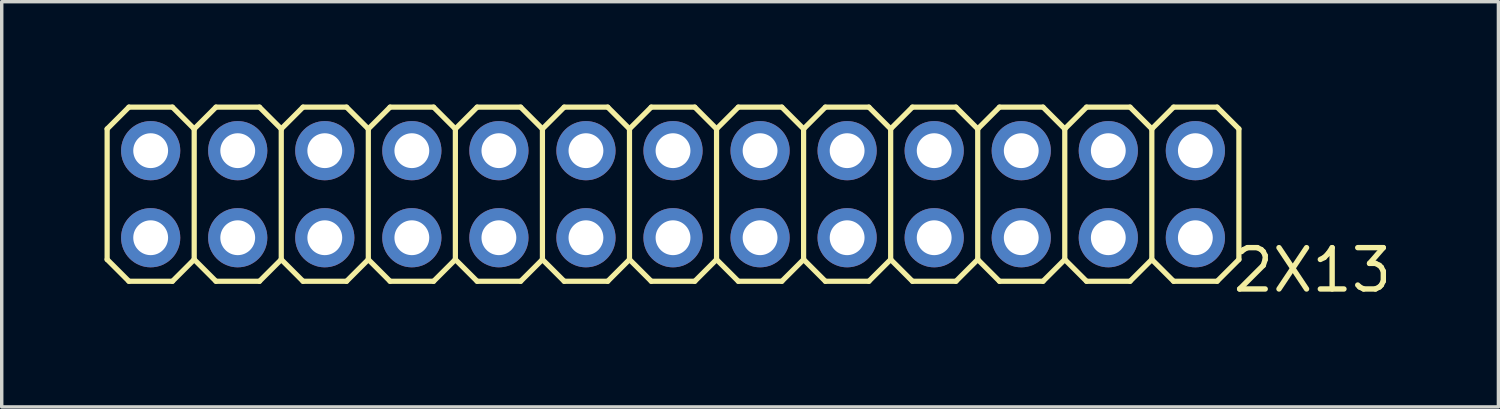
<source format=kicad_pcb>
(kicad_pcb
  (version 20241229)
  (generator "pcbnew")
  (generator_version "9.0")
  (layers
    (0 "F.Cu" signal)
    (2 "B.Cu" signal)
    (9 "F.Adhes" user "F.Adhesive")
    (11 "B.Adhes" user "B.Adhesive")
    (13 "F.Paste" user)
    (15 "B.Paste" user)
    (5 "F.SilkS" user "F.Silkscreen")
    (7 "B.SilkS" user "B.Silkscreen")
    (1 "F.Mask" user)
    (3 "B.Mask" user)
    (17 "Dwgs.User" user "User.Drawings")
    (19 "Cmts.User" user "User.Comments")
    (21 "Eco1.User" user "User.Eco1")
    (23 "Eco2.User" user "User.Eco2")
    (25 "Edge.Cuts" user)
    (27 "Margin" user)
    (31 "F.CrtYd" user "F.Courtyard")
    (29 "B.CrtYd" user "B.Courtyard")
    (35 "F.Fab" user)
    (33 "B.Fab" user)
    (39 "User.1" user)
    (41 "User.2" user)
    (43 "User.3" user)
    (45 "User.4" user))
  (footprint "2X13"
    (layer "F.Cu")
    (at 16.586 2.616)
    (property "Reference" "2X13" (at 16.256 2.921 0) (layer "F.SilkS") (effects (font (size 1.206 1.206) (thickness 0.157)) (justify left bottom)))
    (attr through_hole)
    (fp_line (start -16.51 -1.905) (end -15.875 -2.54) (stroke (width 0.152) (type solid)) (layer "F.SilkS"))
    (fp_line (start -16.51 1.905) (end -16.51 -1.905) (stroke (width 0.152) (type solid)) (layer "F.SilkS"))
    (fp_line (start -16.51 1.905) (end -15.875 2.54) (stroke (width 0.152) (type solid)) (layer "F.SilkS"))
    (fp_line (start -15.875 -2.54) (end -14.605 -2.54) (stroke (width 0.152) (type solid)) (layer "F.SilkS"))
    (fp_line (start -15.875 2.54) (end -14.605 2.54) (stroke (width 0.152) (type solid)) (layer "F.SilkS"))
    (fp_line (start -14.605 -2.54) (end -13.97 -1.905) (stroke (width 0.152) (type solid)) (layer "F.SilkS"))
    (fp_line (start -14.605 2.54) (end -13.97 1.905) (stroke (width 0.152) (type solid)) (layer "F.SilkS"))
    (fp_line (start -13.97 -1.905) (end -13.97 1.905) (stroke (width 0.152) (type solid)) (layer "F.SilkS"))
    (fp_line (start -13.97 -1.905) (end -13.335 -2.54) (stroke (width 0.152) (type solid)) (layer "F.SilkS"))
    (fp_line (start -13.97 1.905) (end -13.335 2.54) (stroke (width 0.152) (type solid)) (layer "F.SilkS"))
    (fp_line (start -13.335 -2.54) (end -12.065 -2.54) (stroke (width 0.152) (type solid)) (layer "F.SilkS"))
    (fp_line (start -13.335 2.54) (end -12.065 2.54) (stroke (width 0.152) (type solid)) (layer "F.SilkS"))
    (fp_line (start -12.065 -2.54) (end -11.43 -1.905) (stroke (width 0.152) (type solid)) (layer "F.SilkS"))
    (fp_line (start -12.065 2.54) (end -11.43 1.905) (stroke (width 0.152) (type solid)) (layer "F.SilkS"))
    (fp_line (start -11.43 -1.905) (end -11.43 1.905) (stroke (width 0.152) (type solid)) (layer "F.SilkS"))
    (fp_line (start -11.43 -1.905) (end -10.795 -2.54) (stroke (width 0.152) (type solid)) (layer "F.SilkS"))
    (fp_line (start -11.43 1.905) (end -10.795 2.54) (stroke (width 0.152) (type solid)) (layer "F.SilkS"))
    (fp_line (start -10.795 -2.54) (end -9.525 -2.54) (stroke (width 0.152) (type solid)) (layer "F.SilkS"))
    (fp_line (start -10.795 2.54) (end -9.525 2.54) (stroke (width 0.152) (type solid)) (layer "F.SilkS"))
    (fp_line (start -9.525 -2.54) (end -8.89 -1.905) (stroke (width 0.152) (type solid)) (layer "F.SilkS"))
    (fp_line (start -9.525 2.54) (end -8.89 1.905) (stroke (width 0.152) (type solid)) (layer "F.SilkS"))
    (fp_line (start -8.89 -1.905) (end -8.89 1.905) (stroke (width 0.152) (type solid)) (layer "F.SilkS"))
    (fp_line (start -8.89 -1.905) (end -8.255 -2.54) (stroke (width 0.152) (type solid)) (layer "F.SilkS"))
    (fp_line (start -8.89 1.905) (end -8.255 2.54) (stroke (width 0.152) (type solid)) (layer "F.SilkS"))
    (fp_line (start -8.255 -2.54) (end -6.985 -2.54) (stroke (width 0.152) (type solid)) (layer "F.SilkS"))
    (fp_line (start -8.255 2.54) (end -6.985 2.54) (stroke (width 0.152) (type solid)) (layer "F.SilkS"))
    (fp_line (start -6.985 -2.54) (end -6.35 -1.905) (stroke (width 0.152) (type solid)) (layer "F.SilkS"))
    (fp_line (start -6.985 2.54) (end -6.35 1.905) (stroke (width 0.152) (type solid)) (layer "F.SilkS"))
    (fp_line (start -6.35 -1.905) (end -6.35 1.905) (stroke (width 0.152) (type solid)) (layer "F.SilkS"))
    (fp_line (start -6.35 -1.905) (end -5.715 -2.54) (stroke (width 0.152) (type solid)) (layer "F.SilkS"))
    (fp_line (start -6.35 1.905) (end -5.715 2.54) (stroke (width 0.152) (type solid)) (layer "F.SilkS"))
    (fp_line (start -5.715 -2.54) (end -4.445 -2.54) (stroke (width 0.152) (type solid)) (layer "F.SilkS"))
    (fp_line (start -5.715 2.54) (end -4.445 2.54) (stroke (width 0.152) (type solid)) (layer "F.SilkS"))
    (fp_line (start -4.445 -2.54) (end -3.81 -1.905) (stroke (width 0.152) (type solid)) (layer "F.SilkS"))
    (fp_line (start -4.445 2.54) (end -3.81 1.905) (stroke (width 0.152) (type solid)) (layer "F.SilkS"))
    (fp_line (start -3.81 -1.905) (end -3.81 1.905) (stroke (width 0.152) (type solid)) (layer "F.SilkS"))
    (fp_line (start -3.81 -1.905) (end -3.175 -2.54) (stroke (width 0.152) (type solid)) (layer "F.SilkS"))
    (fp_line (start -3.81 1.905) (end -3.175 2.54) (stroke (width 0.152) (type solid)) (layer "F.SilkS"))
    (fp_line (start -3.175 -2.54) (end -1.905 -2.54) (stroke (width 0.152) (type solid)) (layer "F.SilkS"))
    (fp_line (start -3.175 2.54) (end -1.905 2.54) (stroke (width 0.152) (type solid)) (layer "F.SilkS"))
    (fp_line (start -1.905 -2.54) (end -1.27 -1.905) (stroke (width 0.152) (type solid)) (layer "F.SilkS"))
    (fp_line (start -1.905 2.54) (end -1.27 1.905) (stroke (width 0.152) (type solid)) (layer "F.SilkS"))
    (fp_line (start -1.27 -1.905) (end -1.27 1.905) (stroke (width 0.152) (type solid)) (layer "F.SilkS"))
    (fp_line (start -1.27 -1.905) (end -0.635 -2.54) (stroke (width 0.152) (type solid)) (layer "F.SilkS"))
    (fp_line (start -1.27 1.905) (end -0.635 2.54) (stroke (width 0.152) (type solid)) (layer "F.SilkS"))
    (fp_line (start -0.635 -2.54) (end 0.635 -2.54) (stroke (width 0.152) (type solid)) (layer "F.SilkS"))
    (fp_line (start 0.635 -2.54) (end 1.27 -1.905) (stroke (width 0.152) (type solid)) (layer "F.SilkS"))
    (fp_line (start 0.635 2.54) (end -0.635 2.54) (stroke (width 0.152) (type solid)) (layer "F.SilkS"))
    (fp_line (start 1.27 -1.905) (end 1.27 1.905) (stroke (width 0.152) (type solid)) (layer "F.SilkS"))
    (fp_line (start 1.27 -1.905) (end 1.905 -2.54) (stroke (width 0.152) (type solid)) (layer "F.SilkS"))
    (fp_line (start 1.27 1.905) (end 0.635 2.54) (stroke (width 0.152) (type solid)) (layer "F.SilkS"))
    (fp_line (start 1.27 1.905) (end 1.905 2.54) (stroke (width 0.152) (type solid)) (layer "F.SilkS"))
    (fp_line (start 1.905 -2.54) (end 3.175 -2.54) (stroke (width 0.152) (type solid)) (layer "F.SilkS"))
    (fp_line (start 3.175 -2.54) (end 3.81 -1.905) (stroke (width 0.152) (type solid)) (layer "F.SilkS"))
    (fp_line (start 3.175 2.54) (end 1.905 2.54) (stroke (width 0.152) (type solid)) (layer "F.SilkS"))
    (fp_line (start 3.81 -1.905) (end 3.81 1.905) (stroke (width 0.152) (type solid)) (layer "F.SilkS"))
    (fp_line (start 3.81 -1.905) (end 4.445 -2.54) (stroke (width 0.152) (type solid)) (layer "F.SilkS"))
    (fp_line (start 3.81 1.905) (end 3.175 2.54) (stroke (width 0.152) (type solid)) (layer "F.SilkS"))
    (fp_line (start 3.81 1.905) (end 4.445 2.54) (stroke (width 0.152) (type solid)) (layer "F.SilkS"))
    (fp_line (start 4.445 -2.54) (end 5.715 -2.54) (stroke (width 0.152) (type solid)) (layer "F.SilkS"))
    (fp_line (start 5.715 -2.54) (end 6.35 -1.905) (stroke (width 0.152) (type solid)) (layer "F.SilkS"))
    (fp_line (start 5.715 2.54) (end 4.445 2.54) (stroke (width 0.152) (type solid)) (layer "F.SilkS"))
    (fp_line (start 6.35 -1.905) (end 6.35 1.905) (stroke (width 0.152) (type solid)) (layer "F.SilkS"))
    (fp_line (start 6.35 -1.905) (end 6.985 -2.54) (stroke (width 0.152) (type solid)) (layer "F.SilkS"))
    (fp_line (start 6.35 1.905) (end 5.715 2.54) (stroke (width 0.152) (type solid)) (layer "F.SilkS"))
    (fp_line (start 6.35 1.905) (end 6.985 2.54) (stroke (width 0.152) (type solid)) (layer "F.SilkS"))
    (fp_line (start 6.985 -2.54) (end 8.255 -2.54) (stroke (width 0.152) (type solid)) (layer "F.SilkS"))
    (fp_line (start 8.255 -2.54) (end 8.89 -1.905) (stroke (width 0.152) (type solid)) (layer "F.SilkS"))
    (fp_line (start 8.255 2.54) (end 6.985 2.54) (stroke (width 0.152) (type solid)) (layer "F.SilkS"))
    (fp_line (start 8.89 -1.905) (end 8.89 1.905) (stroke (width 0.152) (type solid)) (layer "F.SilkS"))
    (fp_line (start 8.89 -1.905) (end 9.525 -2.54) (stroke (width 0.152) (type solid)) (layer "F.SilkS"))
    (fp_line (start 8.89 1.905) (end 8.255 2.54) (stroke (width 0.152) (type solid)) (layer "F.SilkS"))
    (fp_line (start 8.89 1.905) (end 9.525 2.54) (stroke (width 0.152) (type solid)) (layer "F.SilkS"))
    (fp_line (start 9.525 -2.54) (end 10.795 -2.54) (stroke (width 0.152) (type solid)) (layer "F.SilkS"))
    (fp_line (start 10.795 -2.54) (end 11.43 -1.905) (stroke (width 0.152) (type solid)) (layer "F.SilkS"))
    (fp_line (start 10.795 2.54) (end 9.525 2.54) (stroke (width 0.152) (type solid)) (layer "F.SilkS"))
    (fp_line (start 11.43 -1.905) (end 11.43 1.905) (stroke (width 0.152) (type solid)) (layer "F.SilkS"))
    (fp_line (start 11.43 -1.905) (end 12.065 -2.54) (stroke (width 0.152) (type solid)) (layer "F.SilkS"))
    (fp_line (start 11.43 1.905) (end 10.795 2.54) (stroke (width 0.152) (type solid)) (layer "F.SilkS"))
    (fp_line (start 11.43 1.905) (end 12.065 2.54) (stroke (width 0.152) (type solid)) (layer "F.SilkS"))
    (fp_line (start 12.065 -2.54) (end 13.335 -2.54) (stroke (width 0.152) (type solid)) (layer "F.SilkS"))
    (fp_line (start 13.335 2.54) (end 12.065 2.54) (stroke (width 0.152) (type solid)) (layer "F.SilkS"))
    (fp_line (start 13.97 -1.905) (end 13.335 -2.54) (stroke (width 0.152) (type solid)) (layer "F.SilkS"))
    (fp_line (start 13.97 -1.905) (end 13.97 1.905) (stroke (width 0.152) (type solid)) (layer "F.SilkS"))
    (fp_line (start 13.97 -1.905) (end 14.605 -2.54) (stroke (width 0.152) (type solid)) (layer "F.SilkS"))
    (fp_line (start 13.97 1.905) (end 13.335 2.54) (stroke (width 0.152) (type solid)) (layer "F.SilkS"))
    (fp_line (start 13.97 1.905) (end 14.605 2.54) (stroke (width 0.152) (type solid)) (layer "F.SilkS"))
    (fp_line (start 14.605 -2.54) (end 15.875 -2.54) (stroke (width 0.152) (type solid)) (layer "F.SilkS"))
    (fp_line (start 15.875 2.54) (end 14.605 2.54) (stroke (width 0.152) (type solid)) (layer "F.SilkS"))
    (fp_line (start 16.51 -1.905) (end 15.875 -2.54) (stroke (width 0.152) (type solid)) (layer "F.SilkS"))
    (fp_line (start 16.51 -1.905) (end 16.51 1.905) (stroke (width 0.152) (type solid)) (layer "F.SilkS"))
    (fp_line (start 16.51 1.905) (end 15.875 2.54) (stroke (width 0.152) (type solid)) (layer "F.SilkS"))
    (fp_poly (pts (xy -15.494 -1.016) (xy -14.986 -1.016) (xy -14.986 -1.524) (xy -15.494 -1.524)) (stroke (width 0) (type solid)) (fill yes) (layer "F.SilkS"))
    (fp_poly (pts (xy -15.494 1.524) (xy -14.986 1.524) (xy -14.986 1.016) (xy -15.494 1.016)) (stroke (width 0) (type solid)) (fill yes) (layer "F.SilkS"))
    (fp_poly (pts (xy -12.954 -1.016) (xy -12.446 -1.016) (xy -12.446 -1.524) (xy -12.954 -1.524)) (stroke (width 0) (type solid)) (fill yes) (layer "F.SilkS"))
    (fp_poly (pts (xy -12.954 1.524) (xy -12.446 1.524) (xy -12.446 1.016) (xy -12.954 1.016)) (stroke (width 0) (type solid)) (fill yes) (layer "F.SilkS"))
    (fp_poly (pts (xy -10.414 -1.016) (xy -9.906 -1.016) (xy -9.906 -1.524) (xy -10.414 -1.524)) (stroke (width 0) (type solid)) (fill yes) (layer "F.SilkS"))
    (fp_poly (pts (xy -10.414 1.524) (xy -9.906 1.524) (xy -9.906 1.016) (xy -10.414 1.016)) (stroke (width 0) (type solid)) (fill yes) (layer "F.SilkS"))
    (fp_poly (pts (xy -7.874 -1.016) (xy -7.366 -1.016) (xy -7.366 -1.524) (xy -7.874 -1.524)) (stroke (width 0) (type solid)) (fill yes) (layer "F.SilkS"))
    (fp_poly (pts (xy -7.874 1.524) (xy -7.366 1.524) (xy -7.366 1.016) (xy -7.874 1.016)) (stroke (width 0) (type solid)) (fill yes) (layer "F.SilkS"))
    (fp_poly (pts (xy -5.334 -1.016) (xy -4.826 -1.016) (xy -4.826 -1.524) (xy -5.334 -1.524)) (stroke (width 0) (type solid)) (fill yes) (layer "F.SilkS"))
    (fp_poly (pts (xy -5.334 1.524) (xy -4.826 1.524) (xy -4.826 1.016) (xy -5.334 1.016)) (stroke (width 0) (type solid)) (fill yes) (layer "F.SilkS"))
    (fp_poly (pts (xy -2.794 -1.016) (xy -2.286 -1.016) (xy -2.286 -1.524) (xy -2.794 -1.524)) (stroke (width 0) (type solid)) (fill yes) (layer "F.SilkS"))
    (fp_poly (pts (xy -2.794 1.524) (xy -2.286 1.524) (xy -2.286 1.016) (xy -2.794 1.016)) (stroke (width 0) (type solid)) (fill yes) (layer "F.SilkS"))
    (fp_poly (pts (xy -0.254 -1.016) (xy 0.254 -1.016) (xy 0.254 -1.524) (xy -0.254 -1.524)) (stroke (width 0) (type solid)) (fill yes) (layer "F.SilkS"))
    (fp_poly (pts (xy -0.254 1.524) (xy 0.254 1.524) (xy 0.254 1.016) (xy -0.254 1.016)) (stroke (width 0) (type solid)) (fill yes) (layer "F.SilkS"))
    (fp_poly (pts (xy 2.286 -1.016) (xy 2.794 -1.016) (xy 2.794 -1.524) (xy 2.286 -1.524)) (stroke (width 0) (type solid)) (fill yes) (layer "F.SilkS"))
    (fp_poly (pts (xy 2.286 1.524) (xy 2.794 1.524) (xy 2.794 1.016) (xy 2.286 1.016)) (stroke (width 0) (type solid)) (fill yes) (layer "F.SilkS"))
    (fp_poly (pts (xy 4.826 -1.016) (xy 5.334 -1.016) (xy 5.334 -1.524) (xy 4.826 -1.524)) (stroke (width 0) (type solid)) (fill yes) (layer "F.SilkS"))
    (fp_poly (pts (xy 4.826 1.524) (xy 5.334 1.524) (xy 5.334 1.016) (xy 4.826 1.016)) (stroke (width 0) (type solid)) (fill yes) (layer "F.SilkS"))
    (fp_poly (pts (xy 7.366 -1.016) (xy 7.874 -1.016) (xy 7.874 -1.524) (xy 7.366 -1.524)) (stroke (width 0) (type solid)) (fill yes) (layer "F.SilkS"))
    (fp_poly (pts (xy 7.366 1.524) (xy 7.874 1.524) (xy 7.874 1.016) (xy 7.366 1.016)) (stroke (width 0) (type solid)) (fill yes) (layer "F.SilkS"))
    (fp_poly (pts (xy 9.906 -1.016) (xy 10.414 -1.016) (xy 10.414 -1.524) (xy 9.906 -1.524)) (stroke (width 0) (type solid)) (fill yes) (layer "F.SilkS"))
    (fp_poly (pts (xy 9.906 1.524) (xy 10.414 1.524) (xy 10.414 1.016) (xy 9.906 1.016)) (stroke (width 0) (type solid)) (fill yes) (layer "F.SilkS"))
    (fp_poly (pts (xy 12.446 -1.016) (xy 12.954 -1.016) (xy 12.954 -1.524) (xy 12.446 -1.524)) (stroke (width 0) (type solid)) (fill yes) (layer "F.SilkS"))
    (fp_poly (pts (xy 12.446 1.524) (xy 12.954 1.524) (xy 12.954 1.016) (xy 12.446 1.016)) (stroke (width 0) (type solid)) (fill yes) (layer "F.SilkS"))
    (fp_poly (pts (xy 14.986 -1.016) (xy 15.494 -1.016) (xy 15.494 -1.524) (xy 14.986 -1.524)) (stroke (width 0) (type solid)) (fill yes) (layer "F.SilkS"))
    (fp_poly (pts (xy 14.986 1.524) (xy 15.494 1.524) (xy 15.494 1.016) (xy 14.986 1.016)) (stroke (width 0) (type solid)) (fill yes) (layer "F.SilkS"))
    (pad "1" thru_hole circle (at -15.24 1.27) (size 1.727 1.727) (drill 1.016) (layers "*.Cu" "*.Mask"))
    (pad "2" thru_hole circle (at -15.24 -1.27) (size 1.727 1.727) (drill 1.016) (layers "*.Cu" "*.Mask"))
    (pad "3" thru_hole circle (at -12.7 1.27) (size 1.727 1.727) (drill 1.016) (layers "*.Cu" "*.Mask"))
    (pad "4" thru_hole circle (at -12.7 -1.27) (size 1.727 1.727) (drill 1.016) (layers "*.Cu" "*.Mask"))
    (pad "5" thru_hole circle (at -10.16 1.27) (size 1.727 1.727) (drill 1.016) (layers "*.Cu" "*.Mask"))
    (pad "6" thru_hole circle (at -10.16 -1.27) (size 1.727 1.727) (drill 1.016) (layers "*.Cu" "*.Mask"))
    (pad "7" thru_hole circle (at -7.62 1.27) (size 1.727 1.727) (drill 1.016) (layers "*.Cu" "*.Mask"))
    (pad "8" thru_hole circle (at -7.62 -1.27) (size 1.727 1.727) (drill 1.016) (layers "*.Cu" "*.Mask"))
    (pad "9" thru_hole circle (at -5.08 1.27) (size 1.727 1.727) (drill 1.016) (layers "*.Cu" "*.Mask"))
    (pad "10" thru_hole circle (at -5.08 -1.27) (size 1.727 1.727) (drill 1.016) (layers "*.Cu" "*.Mask"))
    (pad "11" thru_hole circle (at -2.54 1.27) (size 1.727 1.727) (drill 1.016) (layers "*.Cu" "*.Mask"))
    (pad "12" thru_hole circle (at -2.54 -1.27) (size 1.727 1.727) (drill 1.016) (layers "*.Cu" "*.Mask"))
    (pad "13" thru_hole circle (at 0 1.27) (size 1.727 1.727) (drill 1.016) (layers "*.Cu" "*.Mask"))
    (pad "14" thru_hole circle (at 0 -1.27) (size 1.727 1.727) (drill 1.016) (layers "*.Cu" "*.Mask"))
    (pad "15" thru_hole circle (at 2.54 1.27) (size 1.727 1.727) (drill 1.016) (layers "*.Cu" "*.Mask"))
    (pad "16" thru_hole circle (at 2.54 -1.27) (size 1.727 1.727) (drill 1.016) (layers "*.Cu" "*.Mask"))
    (pad "17" thru_hole circle (at 5.08 1.27) (size 1.727 1.727) (drill 1.016) (layers "*.Cu" "*.Mask"))
    (pad "18" thru_hole circle (at 5.08 -1.27) (size 1.727 1.727) (drill 1.016) (layers "*.Cu" "*.Mask"))
    (pad "19" thru_hole circle (at 7.62 1.27) (size 1.727 1.727) (drill 1.016) (layers "*.Cu" "*.Mask"))
    (pad "20" thru_hole circle (at 7.62 -1.27) (size 1.727 1.727) (drill 1.016) (layers "*.Cu" "*.Mask"))
    (pad "21" thru_hole circle (at 10.16 1.27) (size 1.727 1.727) (drill 1.016) (layers "*.Cu" "*.Mask"))
    (pad "22" thru_hole circle (at 10.16 -1.27) (size 1.727 1.727) (drill 1.016) (layers "*.Cu" "*.Mask"))
    (pad "23" thru_hole circle (at 12.7 1.27) (size 1.727 1.727) (drill 1.016) (layers "*.Cu" "*.Mask"))
    (pad "24" thru_hole circle (at 12.7 -1.27) (size 1.727 1.727) (drill 1.016) (layers "*.Cu" "*.Mask"))
    (pad "25" thru_hole circle (at 15.24 1.27) (size 1.727 1.727) (drill 1.016) (layers "*.Cu" "*.Mask"))
    (pad "26" thru_hole circle (at 15.24 -1.27) (size 1.727 1.727) (drill 1.016) (layers "*.Cu" "*.Mask")))
  (gr_rect
    (start -3 -3)
    (end 40.668 8.822)
    (stroke (width 0.1) (type default))
    (fill no)
    (layer "Edge.Cuts")))
</source>
